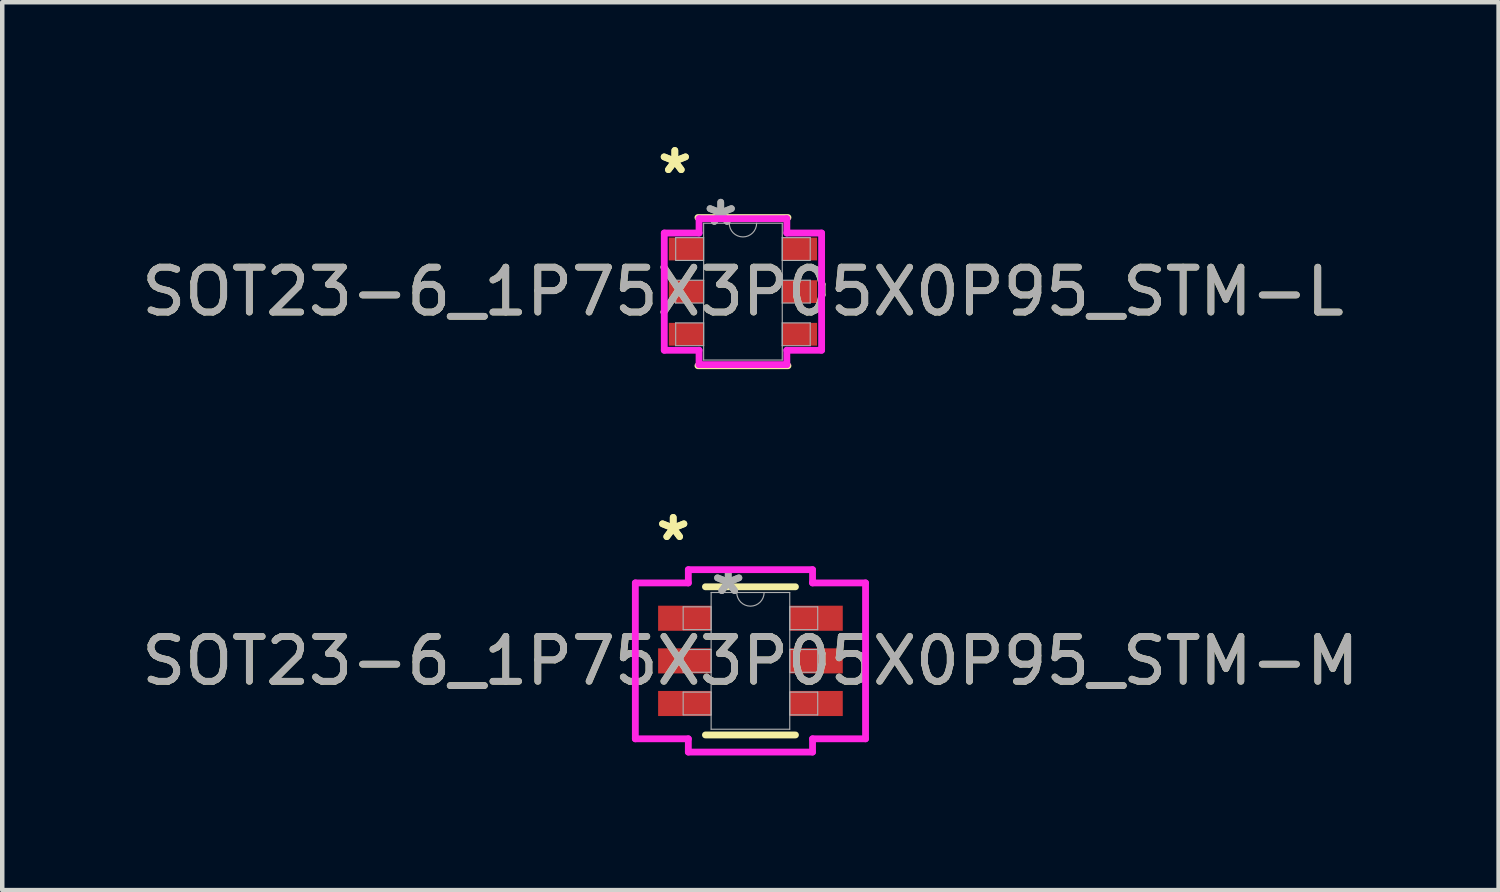
<source format=kicad_pcb>
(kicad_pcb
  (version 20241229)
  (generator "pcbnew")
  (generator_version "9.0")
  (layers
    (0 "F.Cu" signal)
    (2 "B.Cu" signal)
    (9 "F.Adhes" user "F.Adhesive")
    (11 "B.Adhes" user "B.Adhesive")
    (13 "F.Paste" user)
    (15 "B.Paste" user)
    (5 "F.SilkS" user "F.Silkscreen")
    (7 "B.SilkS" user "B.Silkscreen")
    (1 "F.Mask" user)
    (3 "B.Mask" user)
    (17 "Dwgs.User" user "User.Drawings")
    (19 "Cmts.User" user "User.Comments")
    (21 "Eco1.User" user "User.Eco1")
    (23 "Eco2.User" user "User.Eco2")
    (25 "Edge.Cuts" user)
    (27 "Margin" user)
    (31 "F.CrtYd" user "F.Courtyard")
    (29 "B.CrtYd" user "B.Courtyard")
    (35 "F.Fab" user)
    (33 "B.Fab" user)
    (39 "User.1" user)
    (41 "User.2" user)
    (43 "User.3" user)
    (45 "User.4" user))
  (footprint "SOT23-6_1P75X3P05X0P95_STM-M"
    (layer "F.Cu")
    (at 13.673 11.677)
    (property "Reference" "SOT23-6_1P75X3P05X0P95_STM-M" (at 0 0 0) (unlocked yes) (layer "F.SilkS") (effects (font (size 1 1) (thickness 0.15))))
    (attr smd)
    (fp_line (start -1.003 1.651) (end 1.003 1.651) (stroke (width 0.152) (type solid)) (layer "F.SilkS"))
    (fp_line (start 1.003 -1.651) (end -1.003 -1.651) (stroke (width 0.152) (type solid)) (layer "F.SilkS"))
    (fp_line (start -2.565 -1.737) (end -1.384 -1.737) (stroke (width 0.152) (type solid)) (layer "F.CrtYd"))
    (fp_line (start -2.565 1.737) (end -2.565 -1.737) (stroke (width 0.152) (type solid)) (layer "F.CrtYd"))
    (fp_line (start -2.565 1.737) (end -1.384 1.737) (stroke (width 0.152) (type solid)) (layer "F.CrtYd"))
    (fp_line (start -1.384 -2.032) (end 1.384 -2.032) (stroke (width 0.152) (type solid)) (layer "F.CrtYd"))
    (fp_line (start -1.384 -1.737) (end -1.384 -2.032) (stroke (width 0.152) (type solid)) (layer "F.CrtYd"))
    (fp_line (start -1.384 2.032) (end -1.384 1.737) (stroke (width 0.152) (type solid)) (layer "F.CrtYd"))
    (fp_line (start 1.384 -2.032) (end 1.384 -1.737) (stroke (width 0.152) (type solid)) (layer "F.CrtYd"))
    (fp_line (start 1.384 1.737) (end 1.384 2.032) (stroke (width 0.152) (type solid)) (layer "F.CrtYd"))
    (fp_line (start 1.384 2.032) (end -1.384 2.032) (stroke (width 0.152) (type solid)) (layer "F.CrtYd"))
    (fp_line (start 2.565 -1.737) (end 1.384 -1.737) (stroke (width 0.152) (type solid)) (layer "F.CrtYd"))
    (fp_line (start 2.565 -1.737) (end 2.565 1.737) (stroke (width 0.152) (type solid)) (layer "F.CrtYd"))
    (fp_line (start 2.565 1.737) (end 1.384 1.737) (stroke (width 0.152) (type solid)) (layer "F.CrtYd"))
    (fp_line (start -1.499 -1.204) (end -1.499 -0.696) (stroke (width 0.025) (type solid)) (layer "F.Fab"))
    (fp_line (start -1.499 -0.696) (end -0.876 -0.696) (stroke (width 0.025) (type solid)) (layer "F.Fab"))
    (fp_line (start -1.499 -0.254) (end -1.499 0.254) (stroke (width 0.025) (type solid)) (layer "F.Fab"))
    (fp_line (start -1.499 0.254) (end -0.876 0.254) (stroke (width 0.025) (type solid)) (layer "F.Fab"))
    (fp_line (start -1.499 0.696) (end -1.499 1.204) (stroke (width 0.025) (type solid)) (layer "F.Fab"))
    (fp_line (start -1.499 1.204) (end -0.876 1.204) (stroke (width 0.025) (type solid)) (layer "F.Fab"))
    (fp_line (start -0.876 -1.524) (end -0.876 1.524) (stroke (width 0.025) (type solid)) (layer "F.Fab"))
    (fp_line (start -0.876 -1.204) (end -1.499 -1.204) (stroke (width 0.025) (type solid)) (layer "F.Fab"))
    (fp_line (start -0.876 -0.696) (end -0.876 -1.204) (stroke (width 0.025) (type solid)) (layer "F.Fab"))
    (fp_line (start -0.876 -0.254) (end -1.499 -0.254) (stroke (width 0.025) (type solid)) (layer "F.Fab"))
    (fp_line (start -0.876 0.254) (end -0.876 -0.254) (stroke (width 0.025) (type solid)) (layer "F.Fab"))
    (fp_line (start -0.876 0.696) (end -1.499 0.696) (stroke (width 0.025) (type solid)) (layer "F.Fab"))
    (fp_line (start -0.876 1.204) (end -0.876 0.696) (stroke (width 0.025) (type solid)) (layer "F.Fab"))
    (fp_line (start -0.876 1.524) (end 0.876 1.524) (stroke (width 0.025) (type solid)) (layer "F.Fab"))
    (fp_line (start 0.876 -1.524) (end -0.876 -1.524) (stroke (width 0.025) (type solid)) (layer "F.Fab"))
    (fp_line (start 0.876 -1.204) (end 0.876 -0.696) (stroke (width 0.025) (type solid)) (layer "F.Fab"))
    (fp_line (start 0.876 -0.696) (end 1.499 -0.696) (stroke (width 0.025) (type solid)) (layer "F.Fab"))
    (fp_line (start 0.876 -0.254) (end 0.876 0.254) (stroke (width 0.025) (type solid)) (layer "F.Fab"))
    (fp_line (start 0.876 0.254) (end 1.499 0.254) (stroke (width 0.025) (type solid)) (layer "F.Fab"))
    (fp_line (start 0.876 0.696) (end 0.876 1.204) (stroke (width 0.025) (type solid)) (layer "F.Fab"))
    (fp_line (start 0.876 1.204) (end 1.499 1.204) (stroke (width 0.025) (type solid)) (layer "F.Fab"))
    (fp_line (start 0.876 1.524) (end 0.876 -1.524) (stroke (width 0.025) (type solid)) (layer "F.Fab"))
    (fp_line (start 1.499 -1.204) (end 0.876 -1.204) (stroke (width 0.025) (type solid)) (layer "F.Fab"))
    (fp_line (start 1.499 -0.696) (end 1.499 -1.204) (stroke (width 0.025) (type solid)) (layer "F.Fab"))
    (fp_line (start 1.499 -0.254) (end 0.876 -0.254) (stroke (width 0.025) (type solid)) (layer "F.Fab"))
    (fp_line (start 1.499 0.254) (end 1.499 -0.254) (stroke (width 0.025) (type solid)) (layer "F.Fab"))
    (fp_line (start 1.499 0.696) (end 0.876 0.696) (stroke (width 0.025) (type solid)) (layer "F.Fab"))
    (fp_line (start 1.499 1.204) (end 1.499 0.696) (stroke (width 0.025) (type solid)) (layer "F.Fab"))
    (fp_arc (start 0.3048 -1.524) (mid 0 -1.2192) (end -0.3048 -1.524) (stroke (width 0.0254) (type solid)) (layer "F.Fab"))
    (fp_text user "*" (at -1.721 -2.652 0) (unlocked yes) (layer "F.SilkS") (effects (font (size 1 1) (thickness 0.15))))
    (fp_text user "*" (at -1.721 -2.652 0) (layer "F.SilkS") (effects (font (size 1 1) (thickness 0.15))))
    (fp_text user "*" (at -0.495 -1.448 0) (unlocked yes) (layer "F.Fab") (effects (font (size 1 1) (thickness 0.15))))
    (fp_text user "*" (at -0.495 -1.448 0) (layer "F.Fab") (effects (font (size 1 1) (thickness 0.15))))
    (fp_text user "${REFERENCE}" (at 0 0 0) (unlocked yes) (layer "F.Fab") (effects (font (size 1 1) (thickness 0.15))))
    (pad "1" smd rect (at -1.467 -0.95) (size 1.181 0.559) (layers "F.Cu" "F.Mask" "F.Paste"))
    (pad "2" smd rect (at -1.467 0) (size 1.181 0.559) (layers "F.Cu" "F.Mask" "F.Paste"))
    (pad "3" smd rect (at -1.467 0.95) (size 1.181 0.559) (layers "F.Cu" "F.Mask" "F.Paste"))
    (pad "4" smd rect (at 1.467 0.95) (size 1.181 0.559) (layers "F.Cu" "F.Mask" "F.Paste"))
    (pad "5" smd rect (at 1.467 0) (size 1.181 0.559) (layers "F.Cu" "F.Mask" "F.Paste"))
    (pad "6" smd rect (at 1.467 -0.95) (size 1.181 0.559) (layers "F.Cu" "F.Mask" "F.Paste")))
  (footprint "SOT23-6_1P75X3P05X0P95_STM-L"
    (layer "F.Cu")
    (at 13.506 3.449)
    (property "Reference" "SOT23-6_1P75X3P05X0P95_STM-L" (at 0 0 0) (unlocked yes) (layer "F.SilkS") (effects (font (size 1 1) (thickness 0.15))))
    (attr smd)
    (fp_line (start -1.003 1.651) (end 1.003 1.651) (stroke (width 0.152) (type solid)) (layer "F.SilkS"))
    (fp_line (start 1.003 -1.651) (end -1.003 -1.651) (stroke (width 0.152) (type solid)) (layer "F.SilkS"))
    (fp_line (start -1.753 -1.306) (end -0.978 -1.306) (stroke (width 0.152) (type solid)) (layer "F.CrtYd"))
    (fp_line (start -1.753 1.306) (end -1.753 -1.306) (stroke (width 0.152) (type solid)) (layer "F.CrtYd"))
    (fp_line (start -1.753 1.306) (end -0.978 1.306) (stroke (width 0.152) (type solid)) (layer "F.CrtYd"))
    (fp_line (start -0.978 -1.626) (end 0.978 -1.626) (stroke (width 0.152) (type solid)) (layer "F.CrtYd"))
    (fp_line (start -0.978 -1.306) (end -0.978 -1.626) (stroke (width 0.152) (type solid)) (layer "F.CrtYd"))
    (fp_line (start -0.978 1.626) (end -0.978 1.306) (stroke (width 0.152) (type solid)) (layer "F.CrtYd"))
    (fp_line (start 0.978 -1.626) (end 0.978 -1.306) (stroke (width 0.152) (type solid)) (layer "F.CrtYd"))
    (fp_line (start 0.978 1.306) (end 0.978 1.626) (stroke (width 0.152) (type solid)) (layer "F.CrtYd"))
    (fp_line (start 0.978 1.626) (end -0.978 1.626) (stroke (width 0.152) (type solid)) (layer "F.CrtYd"))
    (fp_line (start 1.753 -1.306) (end 0.978 -1.306) (stroke (width 0.152) (type solid)) (layer "F.CrtYd"))
    (fp_line (start 1.753 -1.306) (end 1.753 1.306) (stroke (width 0.152) (type solid)) (layer "F.CrtYd"))
    (fp_line (start 1.753 1.306) (end 0.978 1.306) (stroke (width 0.152) (type solid)) (layer "F.CrtYd"))
    (fp_line (start -1.499 -1.204) (end -1.499 -0.696) (stroke (width 0.025) (type solid)) (layer "F.Fab"))
    (fp_line (start -1.499 -0.696) (end -0.876 -0.696) (stroke (width 0.025) (type solid)) (layer "F.Fab"))
    (fp_line (start -1.499 -0.254) (end -1.499 0.254) (stroke (width 0.025) (type solid)) (layer "F.Fab"))
    (fp_line (start -1.499 0.254) (end -0.876 0.254) (stroke (width 0.025) (type solid)) (layer "F.Fab"))
    (fp_line (start -1.499 0.696) (end -1.499 1.204) (stroke (width 0.025) (type solid)) (layer "F.Fab"))
    (fp_line (start -1.499 1.204) (end -0.876 1.204) (stroke (width 0.025) (type solid)) (layer "F.Fab"))
    (fp_line (start -0.876 -1.524) (end -0.876 1.524) (stroke (width 0.025) (type solid)) (layer "F.Fab"))
    (fp_line (start -0.876 -1.204) (end -1.499 -1.204) (stroke (width 0.025) (type solid)) (layer "F.Fab"))
    (fp_line (start -0.876 -0.696) (end -0.876 -1.204) (stroke (width 0.025) (type solid)) (layer "F.Fab"))
    (fp_line (start -0.876 -0.254) (end -1.499 -0.254) (stroke (width 0.025) (type solid)) (layer "F.Fab"))
    (fp_line (start -0.876 0.254) (end -0.876 -0.254) (stroke (width 0.025) (type solid)) (layer "F.Fab"))
    (fp_line (start -0.876 0.696) (end -1.499 0.696) (stroke (width 0.025) (type solid)) (layer "F.Fab"))
    (fp_line (start -0.876 1.204) (end -0.876 0.696) (stroke (width 0.025) (type solid)) (layer "F.Fab"))
    (fp_line (start -0.876 1.524) (end 0.876 1.524) (stroke (width 0.025) (type solid)) (layer "F.Fab"))
    (fp_line (start 0.876 -1.524) (end -0.876 -1.524) (stroke (width 0.025) (type solid)) (layer "F.Fab"))
    (fp_line (start 0.876 -1.204) (end 0.876 -0.696) (stroke (width 0.025) (type solid)) (layer "F.Fab"))
    (fp_line (start 0.876 -0.696) (end 1.499 -0.696) (stroke (width 0.025) (type solid)) (layer "F.Fab"))
    (fp_line (start 0.876 -0.254) (end 0.876 0.254) (stroke (width 0.025) (type solid)) (layer "F.Fab"))
    (fp_line (start 0.876 0.254) (end 1.499 0.254) (stroke (width 0.025) (type solid)) (layer "F.Fab"))
    (fp_line (start 0.876 0.696) (end 0.876 1.204) (stroke (width 0.025) (type solid)) (layer "F.Fab"))
    (fp_line (start 0.876 1.204) (end 1.499 1.204) (stroke (width 0.025) (type solid)) (layer "F.Fab"))
    (fp_line (start 0.876 1.524) (end 0.876 -1.524) (stroke (width 0.025) (type solid)) (layer "F.Fab"))
    (fp_line (start 1.499 -1.204) (end 0.876 -1.204) (stroke (width 0.025) (type solid)) (layer "F.Fab"))
    (fp_line (start 1.499 -0.696) (end 1.499 -1.204) (stroke (width 0.025) (type solid)) (layer "F.Fab"))
    (fp_line (start 1.499 -0.254) (end 0.876 -0.254) (stroke (width 0.025) (type solid)) (layer "F.Fab"))
    (fp_line (start 1.499 0.254) (end 1.499 -0.254) (stroke (width 0.025) (type solid)) (layer "F.Fab"))
    (fp_line (start 1.499 0.696) (end 0.876 0.696) (stroke (width 0.025) (type solid)) (layer "F.Fab"))
    (fp_line (start 1.499 1.204) (end 1.499 0.696) (stroke (width 0.025) (type solid)) (layer "F.Fab"))
    (fp_arc (start 0.3048 -1.524) (mid 0 -1.2192) (end -0.3048 -1.524) (stroke (width 0.0254) (type solid)) (layer "F.Fab"))
    (fp_text user "*" (at -1.518 -2.601 0) (layer "F.SilkS") (effects (font (size 1 1) (thickness 0.15))))
    (fp_text user "*" (at -1.518 -2.601 0) (unlocked yes) (layer "F.SilkS") (effects (font (size 1 1) (thickness 0.15))))
    (fp_text user "*" (at -0.495 -1.448 0) (layer "F.Fab") (effects (font (size 1 1) (thickness 0.15))))
    (fp_text user "${REFERENCE}" (at 0 0 0) (unlocked yes) (layer "F.Fab") (effects (font (size 1 1) (thickness 0.15))))
    (fp_text user "*" (at -0.495 -1.448 0) (unlocked yes) (layer "F.Fab") (effects (font (size 1 1) (thickness 0.15))))
    (pad "1" smd rect (at -1.264 -0.95) (size 0.775 0.508) (layers "F.Cu" "F.Mask" "F.Paste"))
    (pad "2" smd rect (at -1.264 0) (size 0.775 0.508) (layers "F.Cu" "F.Mask" "F.Paste"))
    (pad "3" smd rect (at -1.264 0.95) (size 0.775 0.508) (layers "F.Cu" "F.Mask" "F.Paste"))
    (pad "4" smd rect (at 1.264 0.95) (size 0.775 0.508) (layers "F.Cu" "F.Mask" "F.Paste"))
    (pad "5" smd rect (at 1.264 0) (size 0.775 0.508) (layers "F.Cu" "F.Mask" "F.Paste"))
    (pad "6" smd rect (at 1.264 -0.95) (size 0.775 0.508) (layers "F.Cu" "F.Mask" "F.Paste")))
  (gr_rect
    (start -3 -3)
    (end 30.345 16.785)
    (stroke (width 0.1) (type default))
    (fill no)
    (layer "Edge.Cuts")))
</source>
